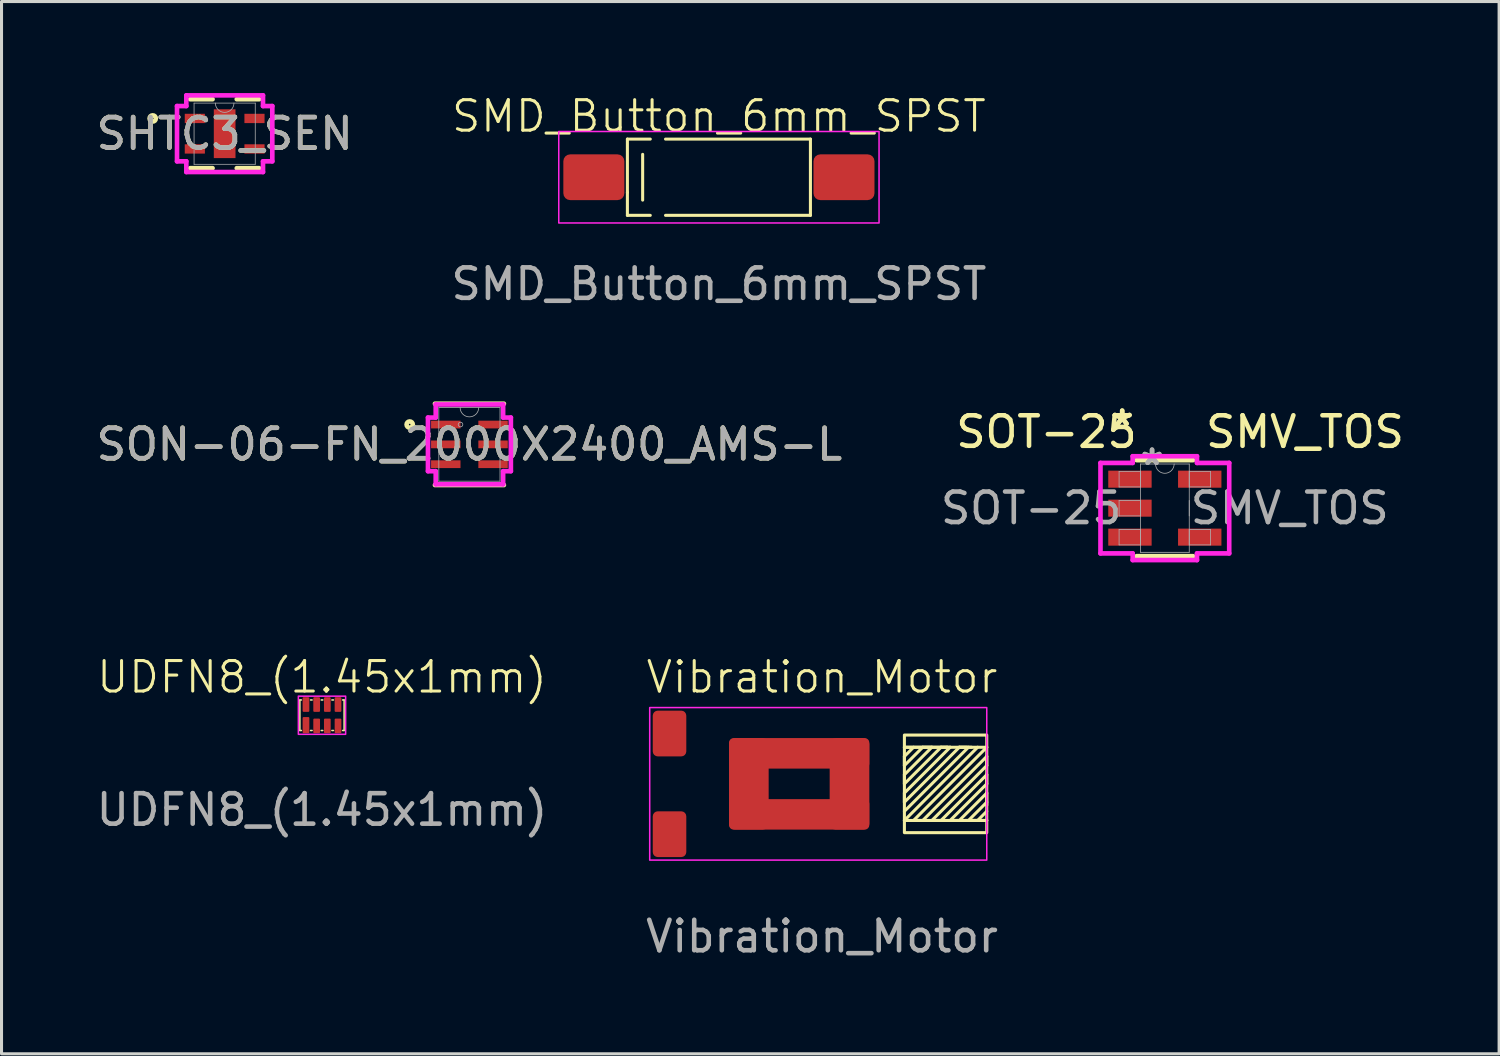
<source format=kicad_pcb>
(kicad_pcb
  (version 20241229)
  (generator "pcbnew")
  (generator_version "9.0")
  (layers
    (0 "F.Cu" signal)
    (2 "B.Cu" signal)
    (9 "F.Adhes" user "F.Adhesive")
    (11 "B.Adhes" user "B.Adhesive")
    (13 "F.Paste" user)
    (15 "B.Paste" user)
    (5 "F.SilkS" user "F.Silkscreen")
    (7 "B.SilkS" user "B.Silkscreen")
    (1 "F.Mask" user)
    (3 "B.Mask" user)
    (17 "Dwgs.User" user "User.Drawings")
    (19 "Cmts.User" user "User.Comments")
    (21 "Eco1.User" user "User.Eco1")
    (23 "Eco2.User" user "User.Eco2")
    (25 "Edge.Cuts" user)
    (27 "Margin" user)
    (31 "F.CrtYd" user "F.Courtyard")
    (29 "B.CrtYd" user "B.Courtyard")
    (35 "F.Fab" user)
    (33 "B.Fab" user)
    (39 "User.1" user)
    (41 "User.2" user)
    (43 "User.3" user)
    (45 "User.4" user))
  (footprint "SHTC3_SEN"
    (layer "F.Cu")
    (at 4.315 1.333)
    (property "Reference" "SHTC3_SEN" (at 0 0 0) (unlocked yes) (layer "F.SilkS") (effects (font (size 1 1) (thickness 0.15))))
    (attr smd)
    (fp_line (start -1.13 1.13) (end -0.397 1.13) (stroke (width 0.152) (type solid)) (layer "F.SilkS"))
    (fp_line (start -0.397 -1.13) (end -1.13 -1.13) (stroke (width 0.152) (type solid)) (layer "F.SilkS"))
    (fp_line (start 0.397 1.13) (end 1.13 1.13) (stroke (width 0.152) (type solid)) (layer "F.SilkS"))
    (fp_line (start 1.13 -1.13) (end 0.397 -1.13) (stroke (width 0.152) (type solid)) (layer "F.SilkS"))
    (fp_circle (center -2.359 -0.5) (end -2.257 -0.5) (stroke (width 0.152) (type solid)) (fill no) (layer "F.SilkS"))
    (fp_line (start -1.562 -0.906) (end -1.257 -0.906) (stroke (width 0.152) (type solid)) (layer "F.CrtYd"))
    (fp_line (start -1.562 0.906) (end -1.562 -0.906) (stroke (width 0.152) (type solid)) (layer "F.CrtYd"))
    (fp_line (start -1.562 0.906) (end -1.257 0.906) (stroke (width 0.152) (type solid)) (layer "F.CrtYd"))
    (fp_line (start -1.257 -1.257) (end 1.257 -1.257) (stroke (width 0.152) (type solid)) (layer "F.CrtYd"))
    (fp_line (start -1.257 -0.906) (end -1.257 -1.257) (stroke (width 0.152) (type solid)) (layer "F.CrtYd"))
    (fp_line (start -1.257 1.257) (end -1.257 0.906) (stroke (width 0.152) (type solid)) (layer "F.CrtYd"))
    (fp_line (start 1.257 -1.257) (end 1.257 -0.906) (stroke (width 0.152) (type solid)) (layer "F.CrtYd"))
    (fp_line (start 1.257 0.906) (end 1.257 1.257) (stroke (width 0.152) (type solid)) (layer "F.CrtYd"))
    (fp_line (start 1.257 1.257) (end -1.257 1.257) (stroke (width 0.152) (type solid)) (layer "F.CrtYd"))
    (fp_line (start 1.562 -0.906) (end 1.257 -0.906) (stroke (width 0.152) (type solid)) (layer "F.CrtYd"))
    (fp_line (start 1.562 -0.906) (end 1.562 0.906) (stroke (width 0.152) (type solid)) (layer "F.CrtYd"))
    (fp_line (start 1.562 0.906) (end 1.257 0.906) (stroke (width 0.152) (type solid)) (layer "F.CrtYd"))
    (fp_line (start -1.003 -1.003) (end -1.003 1.003) (stroke (width 0.025) (type solid)) (layer "F.Fab"))
    (fp_line (start -1.003 1.003) (end 1.003 1.003) (stroke (width 0.025) (type solid)) (layer "F.Fab"))
    (fp_line (start 1.003 -1.003) (end -1.003 -1.003) (stroke (width 0.025) (type solid)) (layer "F.Fab"))
    (fp_line (start 1.003 1.003) (end 1.003 -1.003) (stroke (width 0.025) (type solid)) (layer "F.Fab"))
    (fp_arc (start 0.3048 -1.0033) (mid 0 -0.6985) (end -0.3048 -1.0033) (stroke (width 0.0254) (type solid)) (layer "F.Fab"))
    (fp_circle (center -0.648 -0.5) (end -0.572 -0.5) (stroke (width 0.025) (type solid)) (fill no) (layer "F.Fab"))
    (fp_text user "${REFERENCE}" (at 0 0 0) (unlocked yes) (layer "F.Fab") (effects (font (size 1 1) (thickness 0.15))))
    (pad "1" smd rect (at -0.978 -0.5) (size 0.66 0.305) (layers "F.Cu" "F.Mask" "F.Paste"))
    (pad "2" smd rect (at -0.978 0.5) (size 0.66 0.305) (layers "F.Cu" "F.Mask" "F.Paste"))
    (pad "3" smd rect (at 0.978 0.5) (size 0.66 0.305) (layers "F.Cu" "F.Mask" "F.Paste"))
    (pad "4" smd rect (at 0.978 -0.5) (size 0.66 0.305) (layers "F.Cu" "F.Mask" "F.Paste"))
    (pad "5" smd rect (at 0 0) (size 0.711 1.6) (layers "F.Cu" "F.Mask" "F.Paste")))
  (footprint "UDFN8_(1.45x1mm)"
    (layer "F.Cu")
    (at 7.506 20.397)
    (property "Reference" "UDFN8_(1.45x1mm)" (at 0 -1.25 0) (unlocked yes) (layer "F.SilkS") (effects (font (size 1 1) (thickness 0.1))))
    (attr smd)
    (fp_line (start -0.725 -0.5) (end -0.725 0.5) (stroke (width 0.05) (type solid)) (layer "F.SilkS"))
    (fp_line (start -0.675 -0.5) (end -0.725 -0.5) (stroke (width 0.05) (type solid)) (layer "F.SilkS"))
    (fp_line (start -0.675 0.5) (end -0.725 0.5) (stroke (width 0.05) (type solid)) (layer "F.SilkS"))
    (fp_line (start -0.375 -0.5) (end -0.325 -0.5) (stroke (width 0.05) (type solid)) (layer "F.SilkS"))
    (fp_line (start -0.375 0.5) (end -0.325 0.5) (stroke (width 0.05) (type solid)) (layer "F.SilkS"))
    (fp_line (start -0.025 -0.5) (end 0.025 -0.5) (stroke (width 0.05) (type solid)) (layer "F.SilkS"))
    (fp_line (start -0.025 0.5) (end 0.025 0.5) (stroke (width 0.05) (type solid)) (layer "F.SilkS"))
    (fp_line (start 0.325 -0.5) (end 0.375 -0.5) (stroke (width 0.05) (type solid)) (layer "F.SilkS"))
    (fp_line (start 0.325 0.5) (end 0.375 0.5) (stroke (width 0.05) (type solid)) (layer "F.SilkS"))
    (fp_line (start 0.725 -0.5) (end 0.675 -0.5) (stroke (width 0.05) (type solid)) (layer "F.SilkS"))
    (fp_line (start 0.725 -0.5) (end 0.725 0.5) (stroke (width 0.05) (type solid)) (layer "F.SilkS"))
    (fp_line (start 0.725 0.5) (end 0.675 0.5) (stroke (width 0.05) (type solid)) (layer "F.SilkS"))
    (fp_rect (start -0.775 -0.625) (end 0.775 0.625) (stroke (width 0.05) (type default)) (fill no) (layer "F.CrtYd"))
    (fp_text user "${REFERENCE}" (at 0 3.1 0) (unlocked yes) (layer "F.Fab") (effects (font (size 1 1) (thickness 0.15))))
    (pad "1" smd roundrect (at -0.525 0.325) (size 0.22 0.53) (layers "F.Cu" "F.Mask" "F.Paste") (roundrect_rratio 0.15))
    (pad "2" smd roundrect (at -0.175 0.35) (size 0.22 0.48) (layers "F.Cu" "F.Mask" "F.Paste") (roundrect_rratio 0.15))
    (pad "3" smd roundrect (at 0.175 0.35) (size 0.22 0.48) (layers "F.Cu" "F.Mask" "F.Paste") (roundrect_rratio 0.15))
    (pad "4" smd roundrect (at 0.525 0.35) (size 0.22 0.48) (layers "F.Cu" "F.Mask" "F.Paste") (roundrect_rratio 0.15))
    (pad "5" smd roundrect (at 0.525 -0.35) (size 0.22 0.48) (layers "F.Cu" "F.Mask" "F.Paste") (roundrect_rratio 0.15))
    (pad "6" smd roundrect (at 0.175 -0.35) (size 0.22 0.48) (layers "F.Cu" "F.Mask" "F.Paste") (roundrect_rratio 0.15))
    (pad "7" smd roundrect (at -0.175 -0.35) (size 0.22 0.48) (layers "F.Cu" "F.Mask" "F.Paste") (roundrect_rratio 0.15))
    (pad "8" smd roundrect (at -0.525 -0.35) (size 0.22 0.48) (layers "F.Cu" "F.Mask" "F.Paste") (roundrect_rratio 0.15)))
  (footprint "SON-06-FN_2000X2400_AMS-L"
    (layer "F.Cu")
    (at 12.339 11.518)
    (property "Reference" "SON-06-FN_2000X2400_AMS-L" (at 0 0 0) (unlocked yes) (layer "F.SilkS") (effects (font (size 1 1) (thickness 0.15))))
    (attr smd)
    (fp_line (start -1.13 1.333) (end 1.13 1.333) (stroke (width 0.152) (type solid)) (layer "F.SilkS"))
    (fp_line (start 1.13 -1.333) (end -1.13 -1.333) (stroke (width 0.152) (type solid)) (layer "F.SilkS"))
    (fp_circle (center -1.958 -0.65) (end -1.856 -0.65) (stroke (width 0.152) (type solid)) (fill no) (layer "F.SilkS"))
    (fp_line (start -1.359 -0.879) (end -1.105 -0.879) (stroke (width 0.152) (type solid)) (layer "F.CrtYd"))
    (fp_line (start -1.359 0.879) (end -1.359 -0.879) (stroke (width 0.152) (type solid)) (layer "F.CrtYd"))
    (fp_line (start -1.359 0.879) (end -1.105 0.879) (stroke (width 0.152) (type solid)) (layer "F.CrtYd"))
    (fp_line (start -1.105 -1.308) (end 1.105 -1.308) (stroke (width 0.152) (type solid)) (layer "F.CrtYd"))
    (fp_line (start -1.105 -0.879) (end -1.105 -1.308) (stroke (width 0.152) (type solid)) (layer "F.CrtYd"))
    (fp_line (start -1.105 1.308) (end -1.105 0.879) (stroke (width 0.152) (type solid)) (layer "F.CrtYd"))
    (fp_line (start 1.105 -1.308) (end 1.105 -0.879) (stroke (width 0.152) (type solid)) (layer "F.CrtYd"))
    (fp_line (start 1.105 0.879) (end 1.105 1.308) (stroke (width 0.152) (type solid)) (layer "F.CrtYd"))
    (fp_line (start 1.105 1.308) (end -1.105 1.308) (stroke (width 0.152) (type solid)) (layer "F.CrtYd"))
    (fp_line (start 1.359 -0.879) (end 1.105 -0.879) (stroke (width 0.152) (type solid)) (layer "F.CrtYd"))
    (fp_line (start 1.359 -0.879) (end 1.359 0.879) (stroke (width 0.152) (type solid)) (layer "F.CrtYd"))
    (fp_line (start 1.359 0.879) (end 1.105 0.879) (stroke (width 0.152) (type solid)) (layer "F.CrtYd"))
    (fp_line (start -1.003 -1.206) (end -1.003 1.206) (stroke (width 0.025) (type solid)) (layer "F.Fab"))
    (fp_line (start -1.003 1.206) (end 1.003 1.206) (stroke (width 0.025) (type solid)) (layer "F.Fab"))
    (fp_line (start 1.003 -1.206) (end -1.003 -1.206) (stroke (width 0.025) (type solid)) (layer "F.Fab"))
    (fp_line (start 1.003 1.206) (end 1.003 -1.206) (stroke (width 0.025) (type solid)) (layer "F.Fab"))
    (fp_arc (start 0.3048 -1.2065) (mid 0 -0.9017) (end -0.3048 -1.2065) (stroke (width 0.0254) (type solid)) (layer "F.Fab"))
    (fp_circle (center -0.292 -0.65) (end -0.216 -0.65) (stroke (width 0.025) (type solid)) (fill no) (layer "F.Fab"))
    (fp_text user "${REFERENCE}" (at 0 0 0) (unlocked yes) (layer "F.Fab") (effects (font (size 1 1) (thickness 0.15))))
    (pad "1" smd rect (at -0.775 -0.65) (size 0.965 0.254) (layers "F.Cu" "F.Mask" "F.Paste"))
    (pad "2" smd rect (at -0.775 0) (size 0.965 0.254) (layers "F.Cu" "F.Mask" "F.Paste"))
    (pad "3" smd rect (at -0.775 0.65) (size 0.965 0.254) (layers "F.Cu" "F.Mask" "F.Paste"))
    (pad "4" smd rect (at 0.775 0.65) (size 0.965 0.254) (layers "F.Cu" "F.Mask" "F.Paste"))
    (pad "5" smd rect (at 0.775 0) (size 0.965 0.254) (layers "F.Cu" "F.Mask" "F.Paste"))
    (pad "6" smd rect (at 0.775 -0.65) (size 0.965 0.254) (layers "F.Cu" "F.Mask" "F.Paste")))
  (footprint "Vibration_Motor"
    (layer "F.Cu")
    (at 23.899 22.647)
    (property "Reference" "Vibration_Motor" (at 0 -3.5 0) (unlocked yes) (layer "F.SilkS") (effects (font (size 1 1) (thickness 0.1))))
    (attr smd)
    (fp_line (start 2.7 -1.2) (end 4.1 -1.2) (stroke (width 0.1) (type default)) (layer "F.SilkS"))
    (fp_line (start 2.7 -0.9) (end 2.7 -0.6) (stroke (width 0.1) (type default)) (layer "F.SilkS"))
    (fp_line (start 2.7 -0.6) (end 3.3 -1.2) (stroke (width 0.1) (type default)) (layer "F.SilkS"))
    (fp_line (start 2.7 -0.3) (end 2.7 0) (stroke (width 0.1) (type default)) (layer "F.SilkS"))
    (fp_line (start 2.7 0) (end 3.9 -1.2) (stroke (width 0.1) (type default)) (layer "F.SilkS"))
    (fp_line (start 2.7 0.3) (end 2.7 0.6) (stroke (width 0.1) (type default)) (layer "F.SilkS"))
    (fp_line (start 2.7 0.6) (end 4.5 -1.2) (stroke (width 0.1) (type default)) (layer "F.SilkS"))
    (fp_line (start 3 -1.2) (end 2.7 -0.9) (stroke (width 0.1) (type default)) (layer "F.SilkS"))
    (fp_line (start 3 1.2) (end 3.4 1.2) (stroke (width 0.1) (type default)) (layer "F.SilkS"))
    (fp_line (start 3.3 -1.2) (end 3.6 -1.2) (stroke (width 0.1) (type default)) (layer "F.SilkS"))
    (fp_line (start 3.3 1.2) (end 5.4 -0.9) (stroke (width 0.1) (type default)) (layer "F.SilkS"))
    (fp_line (start 3.6 -1.2) (end 2.7 -0.3) (stroke (width 0.1) (type default)) (layer "F.SilkS"))
    (fp_line (start 3.6 1.2) (end 4 1.2) (stroke (width 0.1) (type default)) (layer "F.SilkS"))
    (fp_line (start 3.9 -1.2) (end 4.2 -1.2) (stroke (width 0.1) (type default)) (layer "F.SilkS"))
    (fp_line (start 3.9 1.2) (end 5.4 -0.3) (stroke (width 0.1) (type default)) (layer "F.SilkS"))
    (fp_line (start 4.1 -1.2) (end 2.7 -1.2) (stroke (width 0.1) (type default)) (layer "F.SilkS"))
    (fp_line (start 4.1 -1.2) (end 5.4 -1.2) (stroke (width 0.1) (type default)) (layer "F.SilkS"))
    (fp_line (start 4.2 -1.2) (end 2.7 0.3) (stroke (width 0.1) (type default)) (layer "F.SilkS"))
    (fp_line (start 4.2 1.2) (end 4.5 1.2) (stroke (width 0.1) (type default)) (layer "F.SilkS"))
    (fp_line (start 4.5 -1.2) (end 4.75 -1.2) (stroke (width 0.1) (type default)) (layer "F.SilkS"))
    (fp_line (start 4.5 -1.2) (end 4.9 -1.2) (stroke (width 0.1) (type default)) (layer "F.SilkS"))
    (fp_line (start 4.5 1.2) (end 5.4 0.3) (stroke (width 0.1) (type default)) (layer "F.SilkS"))
    (fp_line (start 4.7 1.2) (end 2.7 1.2) (stroke (width 0.1) (type default)) (layer "F.SilkS"))
    (fp_line (start 4.7 1.2) (end 5.4 1.2) (stroke (width 0.1) (type default)) (layer "F.SilkS"))
    (fp_line (start 4.8 -1.2) (end 2.7 0.9) (stroke (width 0.1) (type default)) (layer "F.SilkS"))
    (fp_line (start 4.8 1.2) (end 5.1 1.2) (stroke (width 0.1) (type default)) (layer "F.SilkS"))
    (fp_line (start 5.1 -1.2) (end 2.7 1.2) (stroke (width 0.1) (type default)) (layer "F.SilkS"))
    (fp_line (start 5.1 1.2) (end 5.4 0.9) (stroke (width 0.1) (type default)) (layer "F.SilkS"))
    (fp_line (start 5.4 -1.2) (end 3 1.2) (stroke (width 0.1) (type default)) (layer "F.SilkS"))
    (fp_line (start 5.4 -0.9) (end 5.4 -0.6) (stroke (width 0.1) (type default)) (layer "F.SilkS"))
    (fp_line (start 5.4 -0.6) (end 3.6 1.2) (stroke (width 0.1) (type default)) (layer "F.SilkS"))
    (fp_line (start 5.4 -0.3) (end 5.4 0) (stroke (width 0.1) (type default)) (layer "F.SilkS"))
    (fp_line (start 5.4 0) (end 4.2 1.2) (stroke (width 0.1) (type default)) (layer "F.SilkS"))
    (fp_line (start 5.4 0.3) (end 5.4 0.7) (stroke (width 0.1) (type default)) (layer "F.SilkS"))
    (fp_line (start 5.4 0.6) (end 4.8 1.2) (stroke (width 0.1) (type default)) (layer "F.SilkS"))
    (fp_line (start 5.4 1.2) (end 4.7 1.2) (stroke (width 0.1) (type default)) (layer "F.SilkS"))
    (fp_rect (start 2.7 -1.6) (end 5.4 1.6) (stroke (width 0.1) (type default)) (fill no) (layer "F.SilkS"))
    (fp_rect (start -5.65 -2.5) (end 5.4 2.5) (stroke (width 0.05) (type default)) (fill no) (layer "F.CrtYd"))
    (fp_text user "${REFERENCE}" (at 0 5 0) (unlocked yes) (layer "F.Fab") (effects (font (size 1 1) (thickness 0.15))))
    (pad "0" smd roundrect (at -2.4 0) (size 1.3 3) (layers "F.Cu" "F.Mask" "F.Paste") (roundrect_rratio 0.15))
    (pad "0" smd roundrect (at -0.75 -1) (size 4.6 1) (layers "F.Cu" "F.Mask" "F.Paste") (roundrect_rratio 0.15))
    (pad "0" smd roundrect (at -0.75 1) (size 4.6 1) (layers "F.Cu" "F.Mask" "F.Paste") (roundrect_rratio 0.15))
    (pad "0" smd roundrect (at 0.9 0) (size 1.3 3) (layers "F.Cu" "F.Mask" "F.Paste") (roundrect_rratio 0.15))
    (pad "1" smd roundrect (at -5 -1.65) (size 1.1 1.5) (layers "F.Cu" "F.Mask" "F.Paste") (roundrect_rratio 0.15))
    (pad "2" smd roundrect (at -5 1.65) (size 1.1 1.5) (layers "F.Cu" "F.Mask" "F.Paste") (roundrect_rratio 0.15)))
  (footprint "SMD_Button_6mm_SPST"
    (layer "F.Cu")
    (at 20.518 2.76)
    (property "Reference" "SMD_Button_6mm_SPST" (at 0 -2 0) (unlocked yes) (layer "F.SilkS") (effects (font (size 1 1) (thickness 0.1))))
    (attr smd)
    (fp_line (start -3 -1.25) (end -3 0.5) (stroke (width 0.1) (type default)) (layer "F.SilkS"))
    (fp_line (start -3 -1.25) (end -2.25 -1.25) (stroke (width 0.1) (type default)) (layer "F.SilkS"))
    (fp_line (start -3 1.25) (end -3 0.5) (stroke (width 0.1) (type default)) (layer "F.SilkS"))
    (fp_line (start -3 1.25) (end -2.25 1.25) (stroke (width 0.1) (type default)) (layer "F.SilkS"))
    (fp_line (start -2.5 -0.75) (end -2.5 0.75) (stroke (width 0.1) (type default)) (layer "F.SilkS"))
    (fp_line (start -1.75 -1.25) (end 3 -1.25) (stroke (width 0.1) (type default)) (layer "F.SilkS"))
    (fp_line (start 3 -1.25) (end 3 1.25) (stroke (width 0.1) (type default)) (layer "F.SilkS"))
    (fp_line (start 3 1.25) (end -1.75 1.25) (stroke (width 0.1) (type default)) (layer "F.SilkS"))
    (fp_rect (start -5.25 -1.5) (end 5.25 1.5) (stroke (width 0.05) (type default)) (fill no) (layer "F.CrtYd"))
    (fp_text user "${REFERENCE}" (at 0 3.5 0) (unlocked yes) (layer "F.Fab") (effects (font (size 1 1) (thickness 0.15))))
    (pad "1" smd roundrect (at -4.1 0) (size 2 1.5) (layers "F.Cu" "F.Mask" "F.Paste") (roundrect_rratio 0.15))
    (pad "2" smd roundrect (at 4.1 0) (size 2 1.5) (layers "F.Cu" "F.Mask" "F.Paste") (roundrect_rratio 0.15)))
  (footprint "SOT-25   SMV_TOS"
    (layer "F.Cu")
    (at 35.137 13.609)
    (property "Reference" "SOT-25   SMV_TOS" (at 0.5 -2.5 0) (unlocked yes) (layer "F.SilkS") (effects (font (size 1 1) (thickness 0.15))))
    (attr smd)
    (fp_line (start -0.927 1.575) (end 0.927 1.575) (stroke (width 0.152) (type solid)) (layer "F.SilkS"))
    (fp_line (start 0.927 -1.575) (end -0.927 -1.575) (stroke (width 0.152) (type solid)) (layer "F.SilkS"))
    (fp_line (start -2.11 -1.483) (end -1.054 -1.483) (stroke (width 0.152) (type solid)) (layer "F.CrtYd"))
    (fp_line (start -2.11 1.483) (end -2.11 -1.483) (stroke (width 0.152) (type solid)) (layer "F.CrtYd"))
    (fp_line (start -2.11 1.483) (end -1.054 1.483) (stroke (width 0.152) (type solid)) (layer "F.CrtYd"))
    (fp_line (start -1.054 -1.702) (end 1.054 -1.702) (stroke (width 0.152) (type solid)) (layer "F.CrtYd"))
    (fp_line (start -1.054 -1.483) (end -1.054 -1.702) (stroke (width 0.152) (type solid)) (layer "F.CrtYd"))
    (fp_line (start -1.054 1.702) (end -1.054 1.483) (stroke (width 0.152) (type solid)) (layer "F.CrtYd"))
    (fp_line (start 1.054 -1.702) (end 1.054 -1.483) (stroke (width 0.152) (type solid)) (layer "F.CrtYd"))
    (fp_line (start 1.054 1.483) (end 1.054 1.702) (stroke (width 0.152) (type solid)) (layer "F.CrtYd"))
    (fp_line (start 1.054 1.702) (end -1.054 1.702) (stroke (width 0.152) (type solid)) (layer "F.CrtYd"))
    (fp_line (start 2.11 -1.483) (end 1.054 -1.483) (stroke (width 0.152) (type solid)) (layer "F.CrtYd"))
    (fp_line (start 2.11 -1.483) (end 2.11 1.483) (stroke (width 0.152) (type solid)) (layer "F.CrtYd"))
    (fp_line (start 2.11 1.483) (end 1.054 1.483) (stroke (width 0.152) (type solid)) (layer "F.CrtYd"))
    (fp_line (start -1.5 -1.204) (end -1.5 -0.696) (stroke (width 0.025) (type solid)) (layer "F.Fab"))
    (fp_line (start -1.5 -0.696) (end -0.8 -0.696) (stroke (width 0.025) (type solid)) (layer "F.Fab"))
    (fp_line (start -1.5 -0.254) (end -1.5 0.254) (stroke (width 0.025) (type solid)) (layer "F.Fab"))
    (fp_line (start -1.5 0.254) (end -0.8 0.254) (stroke (width 0.025) (type solid)) (layer "F.Fab"))
    (fp_line (start -1.5 0.696) (end -1.5 1.204) (stroke (width 0.025) (type solid)) (layer "F.Fab"))
    (fp_line (start -1.5 1.204) (end -0.8 1.204) (stroke (width 0.025) (type solid)) (layer "F.Fab"))
    (fp_line (start -0.8 -1.448) (end -0.8 1.448) (stroke (width 0.025) (type solid)) (layer "F.Fab"))
    (fp_line (start -0.8 -1.204) (end -1.5 -1.204) (stroke (width 0.025) (type solid)) (layer "F.Fab"))
    (fp_line (start -0.8 -0.696) (end -0.8 -1.204) (stroke (width 0.025) (type solid)) (layer "F.Fab"))
    (fp_line (start -0.8 -0.254) (end -1.5 -0.254) (stroke (width 0.025) (type solid)) (layer "F.Fab"))
    (fp_line (start -0.8 0.254) (end -0.8 -0.254) (stroke (width 0.025) (type solid)) (layer "F.Fab"))
    (fp_line (start -0.8 0.696) (end -1.5 0.696) (stroke (width 0.025) (type solid)) (layer "F.Fab"))
    (fp_line (start -0.8 1.204) (end -0.8 0.696) (stroke (width 0.025) (type solid)) (layer "F.Fab"))
    (fp_line (start -0.8 1.448) (end 0.8 1.448) (stroke (width 0.025) (type solid)) (layer "F.Fab"))
    (fp_line (start 0.8 -1.448) (end -0.8 -1.448) (stroke (width 0.025) (type solid)) (layer "F.Fab"))
    (fp_line (start 0.8 -1.204) (end 0.8 -0.696) (stroke (width 0.025) (type solid)) (layer "F.Fab"))
    (fp_line (start 0.8 -0.696) (end 1.5 -0.696) (stroke (width 0.025) (type solid)) (layer "F.Fab"))
    (fp_line (start 0.8 -0.254) (end 0.8 0.254) (stroke (width 0.025) (type solid)) (layer "F.Fab"))
    (fp_line (start 0.8 0.696) (end 0.8 1.204) (stroke (width 0.025) (type solid)) (layer "F.Fab"))
    (fp_line (start 0.8 1.204) (end 1.5 1.204) (stroke (width 0.025) (type solid)) (layer "F.Fab"))
    (fp_line (start 0.8 1.448) (end 0.8 -1.448) (stroke (width 0.025) (type solid)) (layer "F.Fab"))
    (fp_line (start 1.5 -1.204) (end 0.8 -1.204) (stroke (width 0.025) (type solid)) (layer "F.Fab"))
    (fp_line (start 1.5 -0.696) (end 1.5 -1.204) (stroke (width 0.025) (type solid)) (layer "F.Fab"))
    (fp_line (start 1.5 0.696) (end 0.8 0.696) (stroke (width 0.025) (type solid)) (layer "F.Fab"))
    (fp_line (start 1.5 1.204) (end 1.5 0.696) (stroke (width 0.025) (type solid)) (layer "F.Fab"))
    (fp_arc (start 0.3048 -1.4478) (mid 0 -1.143) (end -0.3048 -1.4478) (stroke (width 0.0254) (type solid)) (layer "F.Fab"))
    (fp_text user "*" (at -1.398 -2.652 0) (layer "F.SilkS") (effects (font (size 1 1) (thickness 0.15))))
    (fp_text user "*" (at -1.398 -2.652 0) (unlocked yes) (layer "F.SilkS") (effects (font (size 1 1) (thickness 0.15))))
    (fp_text user "${REFERENCE}" (at 0 0 0) (unlocked yes) (layer "F.Fab") (effects (font (size 1 1) (thickness 0.15))))
    (fp_text user "*" (at -0.419 -1.372 0) (unlocked yes) (layer "F.Fab") (effects (font (size 1 1) (thickness 0.15))))
    (fp_text user "*" (at -0.419 -1.372 0) (layer "F.Fab") (effects (font (size 1 1) (thickness 0.15))))
    (pad "1" smd rect (at -1.144 -0.95) (size 1.422 0.559) (layers "F.Cu" "F.Mask" "F.Paste"))
    (pad "2" smd rect (at -1.144 0) (size 1.422 0.559) (layers "F.Cu" "F.Mask" "F.Paste"))
    (pad "3" smd rect (at -1.144 0.95) (size 1.422 0.559) (layers "F.Cu" "F.Mask" "F.Paste"))
    (pad "4" smd rect (at 1.144 0.95) (size 1.422 0.559) (layers "F.Cu" "F.Mask" "F.Paste"))
    (pad "5" smd rect (at 1.144 -0.95) (size 1.422 0.559) (layers "F.Cu" "F.Mask" "F.Paste")))
  (gr_rect
    (start -3 -3)
    (end 46.095 31.496)
    (stroke (width 0.1) (type default))
    (fill no)
    (layer "Edge.Cuts")))
</source>
